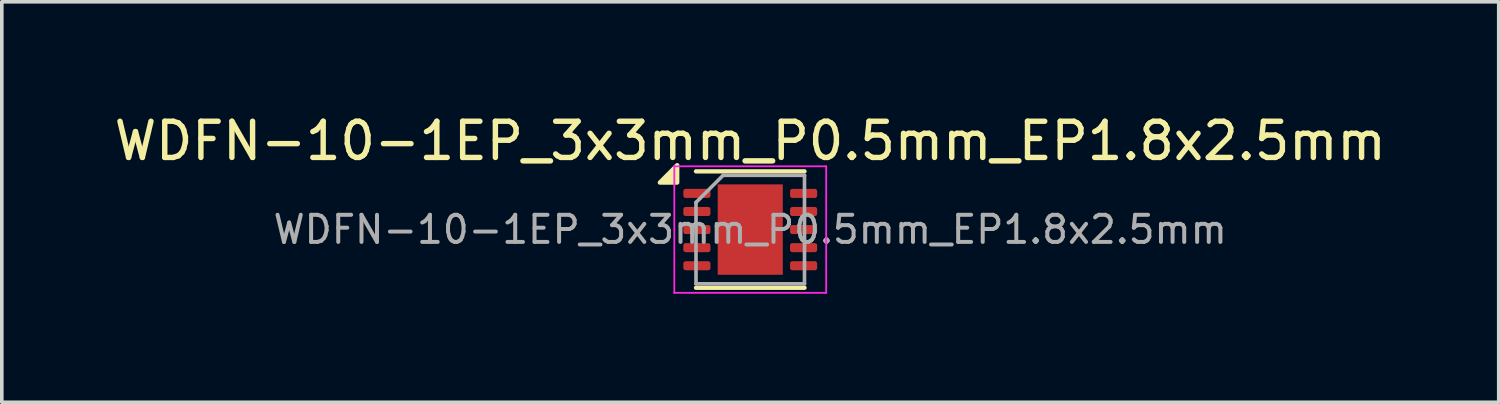
<source format=kicad_pcb>
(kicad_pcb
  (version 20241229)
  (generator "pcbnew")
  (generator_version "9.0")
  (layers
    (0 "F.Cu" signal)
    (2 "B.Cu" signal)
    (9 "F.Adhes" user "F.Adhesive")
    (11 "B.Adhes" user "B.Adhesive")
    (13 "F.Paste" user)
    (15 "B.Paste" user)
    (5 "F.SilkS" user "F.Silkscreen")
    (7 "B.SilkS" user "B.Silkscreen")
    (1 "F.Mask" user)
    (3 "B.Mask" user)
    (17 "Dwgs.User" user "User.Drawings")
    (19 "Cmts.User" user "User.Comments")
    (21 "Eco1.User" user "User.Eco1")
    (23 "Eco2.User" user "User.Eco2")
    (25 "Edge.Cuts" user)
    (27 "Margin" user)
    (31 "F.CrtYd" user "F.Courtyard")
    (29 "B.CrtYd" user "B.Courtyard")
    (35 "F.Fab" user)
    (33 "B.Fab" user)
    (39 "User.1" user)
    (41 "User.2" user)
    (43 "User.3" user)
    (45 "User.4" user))
  (footprint "WDFN-10-1EP_3x3mm_P0.5mm_EP1.8x2.5mm"
    (layer "F.Cu")
    (at 17.696 3.298)
    (property "Reference" "WDFN-10-1EP_3x3mm_P0.5mm_EP1.8x2.5mm" (at 0 -2.45 0) (layer "F.SilkS") (effects (font (size 1 1) (thickness 0.15))))
    (attr smd)
    (fp_line (start -1.5 -1.61) (end 1.5 -1.61) (stroke (width 0.12) (type solid)) (layer "F.SilkS"))
    (fp_line (start -1.5 1.61) (end 1.5 1.61) (stroke (width 0.12) (type solid)) (layer "F.SilkS"))
    (fp_poly (pts (xy -2.02 -1.3) (xy -2.5 -1.3) (xy -2.02 -1.78) (xy -2.02 -1.3)) (stroke (width 0.12) (type solid)) (fill yes) (layer "F.SilkS"))
    (fp_line (start -2.1 -1.75) (end -2.1 1.75) (stroke (width 0.05) (type solid)) (layer "F.CrtYd"))
    (fp_line (start -2.1 1.75) (end 2.1 1.75) (stroke (width 0.05) (type solid)) (layer "F.CrtYd"))
    (fp_line (start 2.1 -1.75) (end -2.1 -1.75) (stroke (width 0.05) (type solid)) (layer "F.CrtYd"))
    (fp_line (start 2.1 1.75) (end 2.1 -1.75) (stroke (width 0.05) (type solid)) (layer "F.CrtYd"))
    (fp_line (start -1.5 -0.75) (end -0.75 -1.5) (stroke (width 0.1) (type solid)) (layer "F.Fab"))
    (fp_line (start -1.5 1.5) (end -1.5 -0.75) (stroke (width 0.1) (type solid)) (layer "F.Fab"))
    (fp_line (start -0.75 -1.5) (end 1.5 -1.5) (stroke (width 0.1) (type solid)) (layer "F.Fab"))
    (fp_line (start 1.5 -1.5) (end 1.5 1.5) (stroke (width 0.1) (type solid)) (layer "F.Fab"))
    (fp_line (start 1.5 1.5) (end -1.5 1.5) (stroke (width 0.1) (type solid)) (layer "F.Fab"))
    (fp_text user "${REFERENCE}" (at 0 0 0) (layer "F.Fab") (effects (font (size 0.75 0.75) (thickness 0.11))))
    (pad "" smd roundrect (at -0.45 -0.625) (size 0.73 1.01) (layers "F.Paste") (roundrect_rratio 0.25))
    (pad "" smd roundrect (at -0.45 0.625) (size 0.73 1.01) (layers "F.Paste") (roundrect_rratio 0.25))
    (pad "" smd roundrect (at 0.45 -0.625) (size 0.73 1.01) (layers "F.Paste") (roundrect_rratio 0.25))
    (pad "" smd roundrect (at 0.45 0.625) (size 0.73 1.01) (layers "F.Paste") (roundrect_rratio 0.25))
    (pad "1" smd roundrect (at -1.475 -1) (size 0.75 0.25) (layers "F.Cu" "F.Mask" "F.Paste") (roundrect_rratio 0.25))
    (pad "2" smd roundrect (at -1.475 -0.5) (size 0.75 0.25) (layers "F.Cu" "F.Mask" "F.Paste") (roundrect_rratio 0.25))
    (pad "3" smd roundrect (at -1.475 0) (size 0.75 0.25) (layers "F.Cu" "F.Mask" "F.Paste") (roundrect_rratio 0.25))
    (pad "4" smd roundrect (at -1.475 0.5) (size 0.75 0.25) (layers "F.Cu" "F.Mask" "F.Paste") (roundrect_rratio 0.25))
    (pad "5" smd roundrect (at -1.475 1) (size 0.75 0.25) (layers "F.Cu" "F.Mask" "F.Paste") (roundrect_rratio 0.25))
    (pad "6" smd roundrect (at 1.475 1) (size 0.75 0.25) (layers "F.Cu" "F.Mask" "F.Paste") (roundrect_rratio 0.25))
    (pad "7" smd roundrect (at 1.475 0.5) (size 0.75 0.25) (layers "F.Cu" "F.Mask" "F.Paste") (roundrect_rratio 0.25))
    (pad "8" smd roundrect (at 1.475 0) (size 0.75 0.25) (layers "F.Cu" "F.Mask" "F.Paste") (roundrect_rratio 0.25))
    (pad "9" smd roundrect (at 1.475 -0.5) (size 0.75 0.25) (layers "F.Cu" "F.Mask" "F.Paste") (roundrect_rratio 0.25))
    (pad "10" smd roundrect (at 1.475 -1) (size 0.75 0.25) (layers "F.Cu" "F.Mask" "F.Paste") (roundrect_rratio 0.25))
    (pad "11" smd rect (at 0 0) (size 1.8 2.5) (property pad_prop_heatsink) (layers "F.Cu" "F.Mask")))
  (gr_rect
    (start -3 -3)
    (end 38.393 8.073)
    (stroke (width 0.1) (type default))
    (fill no)
    (layer "Edge.Cuts")))
</source>
